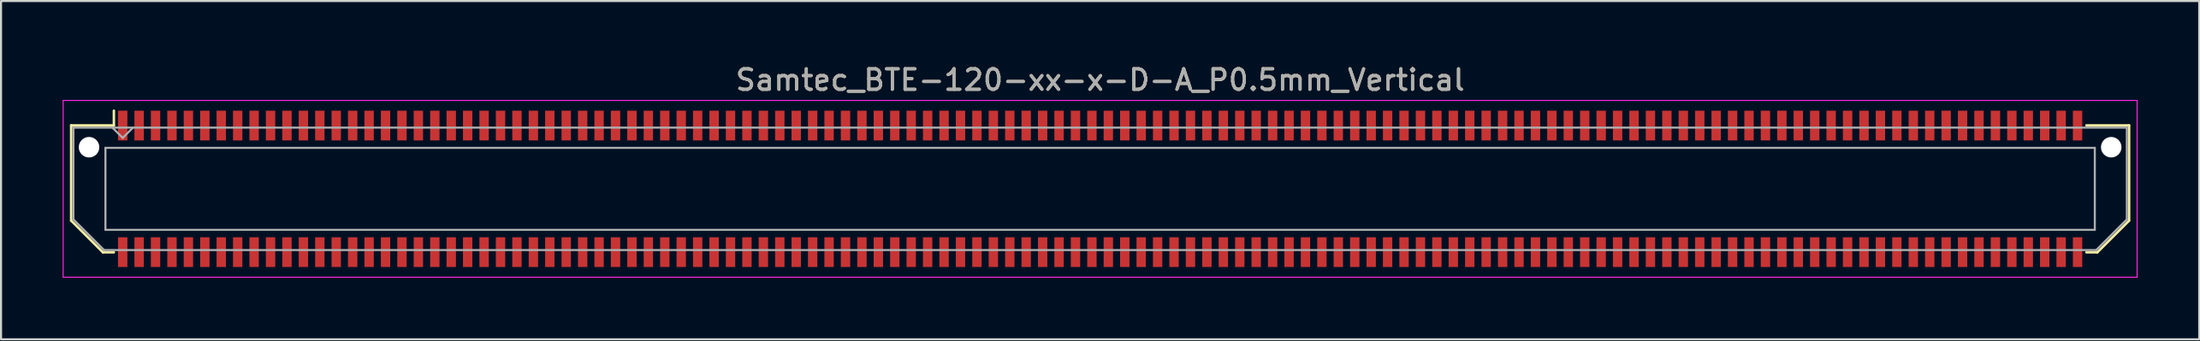
<source format=kicad_pcb>
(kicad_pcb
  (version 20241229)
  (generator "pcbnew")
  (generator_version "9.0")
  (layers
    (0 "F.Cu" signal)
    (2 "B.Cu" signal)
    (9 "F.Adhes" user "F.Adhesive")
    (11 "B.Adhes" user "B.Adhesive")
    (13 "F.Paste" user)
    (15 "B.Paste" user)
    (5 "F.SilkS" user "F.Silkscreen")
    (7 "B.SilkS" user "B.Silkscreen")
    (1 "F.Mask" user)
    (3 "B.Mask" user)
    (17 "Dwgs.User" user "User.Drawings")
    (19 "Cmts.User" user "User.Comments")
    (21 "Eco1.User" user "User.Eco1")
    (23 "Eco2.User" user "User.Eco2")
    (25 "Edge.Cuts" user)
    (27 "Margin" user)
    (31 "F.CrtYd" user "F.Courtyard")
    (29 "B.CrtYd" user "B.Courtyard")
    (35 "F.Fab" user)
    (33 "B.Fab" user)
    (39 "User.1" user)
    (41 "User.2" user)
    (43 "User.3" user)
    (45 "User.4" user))
  (footprint "Samtec_BTE-120-xx-x-D-A_P0.5mm_Vertical"
    (layer "F.Cu")
    (at 50.525 6.158)
    (property "Reference" "Samtec_BTE-120-xx-x-D-A_P0.5mm_Vertical" (at 0 -5.31 0) (layer "F.SilkS") (effects (font (size 1 1) (thickness 0.15))))
    (attr smd)
    (fp_line (start -50.11 -3.095) (end -50.11 1.548) (stroke (width 0.12) (type solid)) (layer "F.SilkS"))
    (fp_line (start -50.11 1.548) (end -48.562 3.095) (stroke (width 0.12) (type solid)) (layer "F.SilkS"))
    (fp_line (start -48.562 3.095) (end -48.029 3.095) (stroke (width 0.12) (type solid)) (layer "F.SilkS"))
    (fp_line (start -48.029 -3.811) (end -48.029 -3.095) (stroke (width 0.12) (type solid)) (layer "F.SilkS"))
    (fp_line (start -48.029 -3.095) (end -50.11 -3.095) (stroke (width 0.12) (type solid)) (layer "F.SilkS"))
    (fp_line (start 48.029 -3.095) (end 50.11 -3.095) (stroke (width 0.12) (type solid)) (layer "F.SilkS"))
    (fp_line (start 48.562 3.095) (end 48.029 3.095) (stroke (width 0.12) (type solid)) (layer "F.SilkS"))
    (fp_line (start 50.11 -3.095) (end 50.11 1.548) (stroke (width 0.12) (type solid)) (layer "F.SilkS"))
    (fp_line (start 50.11 1.548) (end 48.562 3.095) (stroke (width 0.12) (type solid)) (layer "F.SilkS"))
    (fp_line (start -50.5 -4.31) (end -50.5 4.31) (stroke (width 0.05) (type solid)) (layer "F.CrtYd"))
    (fp_line (start -50.5 4.31) (end 50.5 4.31) (stroke (width 0.05) (type solid)) (layer "F.CrtYd"))
    (fp_line (start 50.5 -4.31) (end -50.5 -4.31) (stroke (width 0.05) (type solid)) (layer "F.CrtYd"))
    (fp_line (start 50.5 4.31) (end 50.5 -4.31) (stroke (width 0.05) (type solid)) (layer "F.CrtYd"))
    (fp_line (start -50 -2.985) (end -50 1.492) (stroke (width 0.1) (type solid)) (layer "F.Fab"))
    (fp_line (start -50 -2.985) (end 50 -2.985) (stroke (width 0.1) (type solid)) (layer "F.Fab"))
    (fp_line (start -50 1.492) (end -48.508 2.985) (stroke (width 0.1) (type solid)) (layer "F.Fab"))
    (fp_line (start -48.508 2.985) (end 48.508 2.985) (stroke (width 0.1) (type solid)) (layer "F.Fab"))
    (fp_line (start -48.44 -2) (end -48.44 2) (stroke (width 0.1) (type solid)) (layer "F.Fab"))
    (fp_line (start -48.44 2) (end 48.44 2) (stroke (width 0.1) (type solid)) (layer "F.Fab"))
    (fp_line (start -47.6 -2.485) (end -48.1 -2.985) (stroke (width 0.1) (type solid)) (layer "F.Fab"))
    (fp_line (start -47.1 -2.985) (end -47.6 -2.485) (stroke (width 0.1) (type solid)) (layer "F.Fab"))
    (fp_line (start 48.44 -2) (end -48.44 -2) (stroke (width 0.1) (type solid)) (layer "F.Fab"))
    (fp_line (start 48.44 2) (end 48.44 -2) (stroke (width 0.1) (type solid)) (layer "F.Fab"))
    (fp_line (start 50 -2.985) (end 50 1.492) (stroke (width 0.1) (type solid)) (layer "F.Fab"))
    (fp_line (start 50 1.492) (end 48.508 2.985) (stroke (width 0.1) (type solid)) (layer "F.Fab"))
    (fp_text user "${REFERENCE}" (at 0 -5.31 0) (layer "F.Fab") (effects (font (size 1 1) (thickness 0.15))))
    (pad "" np_thru_hole circle (at -49.239 -2.03) (size 1 1) (drill 1) (layers "*.Cu" "*.Mask"))
    (pad "" np_thru_hole circle (at 49.239 -2.03) (size 1 1) (drill 1) (layers "*.Cu" "*.Mask"))
    (pad "1" smd rect (at -47.6 -3.086) (size 0.457 1.45) (layers "F.Cu" "F.Mask" "F.Paste"))
    (pad "2" smd rect (at -47.6 3.086) (size 0.457 1.45) (layers "F.Cu" "F.Mask" "F.Paste"))
    (pad "3" smd rect (at -46.8 -3.086) (size 0.457 1.45) (layers "F.Cu" "F.Mask" "F.Paste"))
    (pad "4" smd rect (at -46.8 3.086) (size 0.457 1.45) (layers "F.Cu" "F.Mask" "F.Paste"))
    (pad "5" smd rect (at -46 -3.086) (size 0.457 1.45) (layers "F.Cu" "F.Mask" "F.Paste"))
    (pad "6" smd rect (at -46 3.086) (size 0.457 1.45) (layers "F.Cu" "F.Mask" "F.Paste"))
    (pad "7" smd rect (at -45.2 -3.086) (size 0.457 1.45) (layers "F.Cu" "F.Mask" "F.Paste"))
    (pad "8" smd rect (at -45.2 3.086) (size 0.457 1.45) (layers "F.Cu" "F.Mask" "F.Paste"))
    (pad "9" smd rect (at -44.4 -3.086) (size 0.457 1.45) (layers "F.Cu" "F.Mask" "F.Paste"))
    (pad "10" smd rect (at -44.4 3.086) (size 0.457 1.45) (layers "F.Cu" "F.Mask" "F.Paste"))
    (pad "11" smd rect (at -43.6 -3.086) (size 0.457 1.45) (layers "F.Cu" "F.Mask" "F.Paste"))
    (pad "12" smd rect (at -43.6 3.086) (size 0.457 1.45) (layers "F.Cu" "F.Mask" "F.Paste"))
    (pad "13" smd rect (at -42.8 -3.086) (size 0.457 1.45) (layers "F.Cu" "F.Mask" "F.Paste"))
    (pad "14" smd rect (at -42.8 3.086) (size 0.457 1.45) (layers "F.Cu" "F.Mask" "F.Paste"))
    (pad "15" smd rect (at -42 -3.086) (size 0.457 1.45) (layers "F.Cu" "F.Mask" "F.Paste"))
    (pad "16" smd rect (at -42 3.086) (size 0.457 1.45) (layers "F.Cu" "F.Mask" "F.Paste"))
    (pad "17" smd rect (at -41.2 -3.086) (size 0.457 1.45) (layers "F.Cu" "F.Mask" "F.Paste"))
    (pad "18" smd rect (at -41.2 3.086) (size 0.457 1.45) (layers "F.Cu" "F.Mask" "F.Paste"))
    (pad "19" smd rect (at -40.4 -3.086) (size 0.457 1.45) (layers "F.Cu" "F.Mask" "F.Paste"))
    (pad "20" smd rect (at -40.4 3.086) (size 0.457 1.45) (layers "F.Cu" "F.Mask" "F.Paste"))
    (pad "21" smd rect (at -39.6 -3.086) (size 0.457 1.45) (layers "F.Cu" "F.Mask" "F.Paste"))
    (pad "22" smd rect (at -39.6 3.086) (size 0.457 1.45) (layers "F.Cu" "F.Mask" "F.Paste"))
    (pad "23" smd rect (at -38.8 -3.086) (size 0.457 1.45) (layers "F.Cu" "F.Mask" "F.Paste"))
    (pad "24" smd rect (at -38.8 3.086) (size 0.457 1.45) (layers "F.Cu" "F.Mask" "F.Paste"))
    (pad "25" smd rect (at -38 -3.086) (size 0.457 1.45) (layers "F.Cu" "F.Mask" "F.Paste"))
    (pad "26" smd rect (at -38 3.086) (size 0.457 1.45) (layers "F.Cu" "F.Mask" "F.Paste"))
    (pad "27" smd rect (at -37.2 -3.086) (size 0.457 1.45) (layers "F.Cu" "F.Mask" "F.Paste"))
    (pad "28" smd rect (at -37.2 3.086) (size 0.457 1.45) (layers "F.Cu" "F.Mask" "F.Paste"))
    (pad "29" smd rect (at -36.4 -3.086) (size 0.457 1.45) (layers "F.Cu" "F.Mask" "F.Paste"))
    (pad "30" smd rect (at -36.4 3.086) (size 0.457 1.45) (layers "F.Cu" "F.Mask" "F.Paste"))
    (pad "31" smd rect (at -35.6 -3.086) (size 0.457 1.45) (layers "F.Cu" "F.Mask" "F.Paste"))
    (pad "32" smd rect (at -35.6 3.086) (size 0.457 1.45) (layers "F.Cu" "F.Mask" "F.Paste"))
    (pad "33" smd rect (at -34.8 -3.086) (size 0.457 1.45) (layers "F.Cu" "F.Mask" "F.Paste"))
    (pad "34" smd rect (at -34.8 3.086) (size 0.457 1.45) (layers "F.Cu" "F.Mask" "F.Paste"))
    (pad "35" smd rect (at -34 -3.086) (size 0.457 1.45) (layers "F.Cu" "F.Mask" "F.Paste"))
    (pad "36" smd rect (at -34 3.086) (size 0.457 1.45) (layers "F.Cu" "F.Mask" "F.Paste"))
    (pad "37" smd rect (at -33.2 -3.086) (size 0.457 1.45) (layers "F.Cu" "F.Mask" "F.Paste"))
    (pad "38" smd rect (at -33.2 3.086) (size 0.457 1.45) (layers "F.Cu" "F.Mask" "F.Paste"))
    (pad "39" smd rect (at -32.4 -3.086) (size 0.457 1.45) (layers "F.Cu" "F.Mask" "F.Paste"))
    (pad "40" smd rect (at -32.4 3.086) (size 0.457 1.45) (layers "F.Cu" "F.Mask" "F.Paste"))
    (pad "41" smd rect (at -31.6 -3.086) (size 0.457 1.45) (layers "F.Cu" "F.Mask" "F.Paste"))
    (pad "42" smd rect (at -31.6 3.086) (size 0.457 1.45) (layers "F.Cu" "F.Mask" "F.Paste"))
    (pad "43" smd rect (at -30.8 -3.086) (size 0.457 1.45) (layers "F.Cu" "F.Mask" "F.Paste"))
    (pad "44" smd rect (at -30.8 3.086) (size 0.457 1.45) (layers "F.Cu" "F.Mask" "F.Paste"))
    (pad "45" smd rect (at -30 -3.086) (size 0.457 1.45) (layers "F.Cu" "F.Mask" "F.Paste"))
    (pad "46" smd rect (at -30 3.086) (size 0.457 1.45) (layers "F.Cu" "F.Mask" "F.Paste"))
    (pad "47" smd rect (at -29.2 -3.086) (size 0.457 1.45) (layers "F.Cu" "F.Mask" "F.Paste"))
    (pad "48" smd rect (at -29.2 3.086) (size 0.457 1.45) (layers "F.Cu" "F.Mask" "F.Paste"))
    (pad "49" smd rect (at -28.4 -3.086) (size 0.457 1.45) (layers "F.Cu" "F.Mask" "F.Paste"))
    (pad "50" smd rect (at -28.4 3.086) (size 0.457 1.45) (layers "F.Cu" "F.Mask" "F.Paste"))
    (pad "51" smd rect (at -27.6 -3.086) (size 0.457 1.45) (layers "F.Cu" "F.Mask" "F.Paste"))
    (pad "52" smd rect (at -27.6 3.086) (size 0.457 1.45) (layers "F.Cu" "F.Mask" "F.Paste"))
    (pad "53" smd rect (at -26.8 -3.086) (size 0.457 1.45) (layers "F.Cu" "F.Mask" "F.Paste"))
    (pad "54" smd rect (at -26.8 3.086) (size 0.457 1.45) (layers "F.Cu" "F.Mask" "F.Paste"))
    (pad "55" smd rect (at -26 -3.086) (size 0.457 1.45) (layers "F.Cu" "F.Mask" "F.Paste"))
    (pad "56" smd rect (at -26 3.086) (size 0.457 1.45) (layers "F.Cu" "F.Mask" "F.Paste"))
    (pad "57" smd rect (at -25.2 -3.086) (size 0.457 1.45) (layers "F.Cu" "F.Mask" "F.Paste"))
    (pad "58" smd rect (at -25.2 3.086) (size 0.457 1.45) (layers "F.Cu" "F.Mask" "F.Paste"))
    (pad "59" smd rect (at -24.4 -3.086) (size 0.457 1.45) (layers "F.Cu" "F.Mask" "F.Paste"))
    (pad "60" smd rect (at -24.4 3.086) (size 0.457 1.45) (layers "F.Cu" "F.Mask" "F.Paste"))
    (pad "61" smd rect (at -23.6 -3.086) (size 0.457 1.45) (layers "F.Cu" "F.Mask" "F.Paste"))
    (pad "62" smd rect (at -23.6 3.086) (size 0.457 1.45) (layers "F.Cu" "F.Mask" "F.Paste"))
    (pad "63" smd rect (at -22.8 -3.086) (size 0.457 1.45) (layers "F.Cu" "F.Mask" "F.Paste"))
    (pad "64" smd rect (at -22.8 3.086) (size 0.457 1.45) (layers "F.Cu" "F.Mask" "F.Paste"))
    (pad "65" smd rect (at -22 -3.086) (size 0.457 1.45) (layers "F.Cu" "F.Mask" "F.Paste"))
    (pad "66" smd rect (at -22 3.086) (size 0.457 1.45) (layers "F.Cu" "F.Mask" "F.Paste"))
    (pad "67" smd rect (at -21.2 -3.086) (size 0.457 1.45) (layers "F.Cu" "F.Mask" "F.Paste"))
    (pad "68" smd rect (at -21.2 3.086) (size 0.457 1.45) (layers "F.Cu" "F.Mask" "F.Paste"))
    (pad "69" smd rect (at -20.4 -3.086) (size 0.457 1.45) (layers "F.Cu" "F.Mask" "F.Paste"))
    (pad "70" smd rect (at -20.4 3.086) (size 0.457 1.45) (layers "F.Cu" "F.Mask" "F.Paste"))
    (pad "71" smd rect (at -19.6 -3.086) (size 0.457 1.45) (layers "F.Cu" "F.Mask" "F.Paste"))
    (pad "72" smd rect (at -19.6 3.086) (size 0.457 1.45) (layers "F.Cu" "F.Mask" "F.Paste"))
    (pad "73" smd rect (at -18.8 -3.086) (size 0.457 1.45) (layers "F.Cu" "F.Mask" "F.Paste"))
    (pad "74" smd rect (at -18.8 3.086) (size 0.457 1.45) (layers "F.Cu" "F.Mask" "F.Paste"))
    (pad "75" smd rect (at -18 -3.086) (size 0.457 1.45) (layers "F.Cu" "F.Mask" "F.Paste"))
    (pad "76" smd rect (at -18 3.086) (size 0.457 1.45) (layers "F.Cu" "F.Mask" "F.Paste"))
    (pad "77" smd rect (at -17.2 -3.086) (size 0.457 1.45) (layers "F.Cu" "F.Mask" "F.Paste"))
    (pad "78" smd rect (at -17.2 3.086) (size 0.457 1.45) (layers "F.Cu" "F.Mask" "F.Paste"))
    (pad "79" smd rect (at -16.4 -3.086) (size 0.457 1.45) (layers "F.Cu" "F.Mask" "F.Paste"))
    (pad "80" smd rect (at -16.4 3.086) (size 0.457 1.45) (layers "F.Cu" "F.Mask" "F.Paste"))
    (pad "81" smd rect (at -15.6 -3.086) (size 0.457 1.45) (layers "F.Cu" "F.Mask" "F.Paste"))
    (pad "82" smd rect (at -15.6 3.086) (size 0.457 1.45) (layers "F.Cu" "F.Mask" "F.Paste"))
    (pad "83" smd rect (at -14.8 -3.086) (size 0.457 1.45) (layers "F.Cu" "F.Mask" "F.Paste"))
    (pad "84" smd rect (at -14.8 3.086) (size 0.457 1.45) (layers "F.Cu" "F.Mask" "F.Paste"))
    (pad "85" smd rect (at -14 -3.086) (size 0.457 1.45) (layers "F.Cu" "F.Mask" "F.Paste"))
    (pad "86" smd rect (at -14 3.086) (size 0.457 1.45) (layers "F.Cu" "F.Mask" "F.Paste"))
    (pad "87" smd rect (at -13.2 -3.086) (size 0.457 1.45) (layers "F.Cu" "F.Mask" "F.Paste"))
    (pad "88" smd rect (at -13.2 3.086) (size 0.457 1.45) (layers "F.Cu" "F.Mask" "F.Paste"))
    (pad "89" smd rect (at -12.4 -3.086) (size 0.457 1.45) (layers "F.Cu" "F.Mask" "F.Paste"))
    (pad "90" smd rect (at -12.4 3.086) (size 0.457 1.45) (layers "F.Cu" "F.Mask" "F.Paste"))
    (pad "91" smd rect (at -11.6 -3.086) (size 0.457 1.45) (layers "F.Cu" "F.Mask" "F.Paste"))
    (pad "92" smd rect (at -11.6 3.086) (size 0.457 1.45) (layers "F.Cu" "F.Mask" "F.Paste"))
    (pad "93" smd rect (at -10.8 -3.086) (size 0.457 1.45) (layers "F.Cu" "F.Mask" "F.Paste"))
    (pad "94" smd rect (at -10.8 3.086) (size 0.457 1.45) (layers "F.Cu" "F.Mask" "F.Paste"))
    (pad "95" smd rect (at -10 -3.086) (size 0.457 1.45) (layers "F.Cu" "F.Mask" "F.Paste"))
    (pad "96" smd rect (at -10 3.086) (size 0.457 1.45) (layers "F.Cu" "F.Mask" "F.Paste"))
    (pad "97" smd rect (at -9.2 -3.086) (size 0.457 1.45) (layers "F.Cu" "F.Mask" "F.Paste"))
    (pad "98" smd rect (at -9.2 3.086) (size 0.457 1.45) (layers "F.Cu" "F.Mask" "F.Paste"))
    (pad "99" smd rect (at -8.4 -3.086) (size 0.457 1.45) (layers "F.Cu" "F.Mask" "F.Paste"))
    (pad "100" smd rect (at -8.4 3.086) (size 0.457 1.45) (layers "F.Cu" "F.Mask" "F.Paste"))
    (pad "101" smd rect (at -7.6 -3.086) (size 0.457 1.45) (layers "F.Cu" "F.Mask" "F.Paste"))
    (pad "102" smd rect (at -7.6 3.086) (size 0.457 1.45) (layers "F.Cu" "F.Mask" "F.Paste"))
    (pad "103" smd rect (at -6.8 -3.086) (size 0.457 1.45) (layers "F.Cu" "F.Mask" "F.Paste"))
    (pad "104" smd rect (at -6.8 3.086) (size 0.457 1.45) (layers "F.Cu" "F.Mask" "F.Paste"))
    (pad "105" smd rect (at -6 -3.086) (size 0.457 1.45) (layers "F.Cu" "F.Mask" "F.Paste"))
    (pad "106" smd rect (at -6 3.086) (size 0.457 1.45) (layers "F.Cu" "F.Mask" "F.Paste"))
    (pad "107" smd rect (at -5.2 -3.086) (size 0.457 1.45) (layers "F.Cu" "F.Mask" "F.Paste"))
    (pad "108" smd rect (at -5.2 3.086) (size 0.457 1.45) (layers "F.Cu" "F.Mask" "F.Paste"))
    (pad "109" smd rect (at -4.4 -3.086) (size 0.457 1.45) (layers "F.Cu" "F.Mask" "F.Paste"))
    (pad "110" smd rect (at -4.4 3.086) (size 0.457 1.45) (layers "F.Cu" "F.Mask" "F.Paste"))
    (pad "111" smd rect (at -3.6 -3.086) (size 0.457 1.45) (layers "F.Cu" "F.Mask" "F.Paste"))
    (pad "112" smd rect (at -3.6 3.086) (size 0.457 1.45) (layers "F.Cu" "F.Mask" "F.Paste"))
    (pad "113" smd rect (at -2.8 -3.086) (size 0.457 1.45) (layers "F.Cu" "F.Mask" "F.Paste"))
    (pad "114" smd rect (at -2.8 3.086) (size 0.457 1.45) (layers "F.Cu" "F.Mask" "F.Paste"))
    (pad "115" smd rect (at -2 -3.086) (size 0.457 1.45) (layers "F.Cu" "F.Mask" "F.Paste"))
    (pad "116" smd rect (at -2 3.086) (size 0.457 1.45) (layers "F.Cu" "F.Mask" "F.Paste"))
    (pad "117" smd rect (at -1.2 -3.086) (size 0.457 1.45) (layers "F.Cu" "F.Mask" "F.Paste"))
    (pad "118" smd rect (at -1.2 3.086) (size 0.457 1.45) (layers "F.Cu" "F.Mask" "F.Paste"))
    (pad "119" smd rect (at -0.4 -3.086) (size 0.457 1.45) (layers "F.Cu" "F.Mask" "F.Paste"))
    (pad "120" smd rect (at -0.4 3.086) (size 0.457 1.45) (layers "F.Cu" "F.Mask" "F.Paste"))
    (pad "121" smd rect (at 0.4 -3.086) (size 0.457 1.45) (layers "F.Cu" "F.Mask" "F.Paste"))
    (pad "122" smd rect (at 0.4 3.086) (size 0.457 1.45) (layers "F.Cu" "F.Mask" "F.Paste"))
    (pad "123" smd rect (at 1.2 -3.086) (size 0.457 1.45) (layers "F.Cu" "F.Mask" "F.Paste"))
    (pad "124" smd rect (at 1.2 3.086) (size 0.457 1.45) (layers "F.Cu" "F.Mask" "F.Paste"))
    (pad "125" smd rect (at 2 -3.086) (size 0.457 1.45) (layers "F.Cu" "F.Mask" "F.Paste"))
    (pad "126" smd rect (at 2 3.086) (size 0.457 1.45) (layers "F.Cu" "F.Mask" "F.Paste"))
    (pad "127" smd rect (at 2.8 -3.086) (size 0.457 1.45) (layers "F.Cu" "F.Mask" "F.Paste"))
    (pad "128" smd rect (at 2.8 3.086) (size 0.457 1.45) (layers "F.Cu" "F.Mask" "F.Paste"))
    (pad "129" smd rect (at 3.6 -3.086) (size 0.457 1.45) (layers "F.Cu" "F.Mask" "F.Paste"))
    (pad "130" smd rect (at 3.6 3.086) (size 0.457 1.45) (layers "F.Cu" "F.Mask" "F.Paste"))
    (pad "131" smd rect (at 4.4 -3.086) (size 0.457 1.45) (layers "F.Cu" "F.Mask" "F.Paste"))
    (pad "132" smd rect (at 4.4 3.086) (size 0.457 1.45) (layers "F.Cu" "F.Mask" "F.Paste"))
    (pad "133" smd rect (at 5.2 -3.086) (size 0.457 1.45) (layers "F.Cu" "F.Mask" "F.Paste"))
    (pad "134" smd rect (at 5.2 3.086) (size 0.457 1.45) (layers "F.Cu" "F.Mask" "F.Paste"))
    (pad "135" smd rect (at 6 -3.086) (size 0.457 1.45) (layers "F.Cu" "F.Mask" "F.Paste"))
    (pad "136" smd rect (at 6 3.086) (size 0.457 1.45) (layers "F.Cu" "F.Mask" "F.Paste"))
    (pad "137" smd rect (at 6.8 -3.086) (size 0.457 1.45) (layers "F.Cu" "F.Mask" "F.Paste"))
    (pad "138" smd rect (at 6.8 3.086) (size 0.457 1.45) (layers "F.Cu" "F.Mask" "F.Paste"))
    (pad "139" smd rect (at 7.6 -3.086) (size 0.457 1.45) (layers "F.Cu" "F.Mask" "F.Paste"))
    (pad "140" smd rect (at 7.6 3.086) (size 0.457 1.45) (layers "F.Cu" "F.Mask" "F.Paste"))
    (pad "141" smd rect (at 8.4 -3.086) (size 0.457 1.45) (layers "F.Cu" "F.Mask" "F.Paste"))
    (pad "142" smd rect (at 8.4 3.086) (size 0.457 1.45) (layers "F.Cu" "F.Mask" "F.Paste"))
    (pad "143" smd rect (at 9.2 -3.086) (size 0.457 1.45) (layers "F.Cu" "F.Mask" "F.Paste"))
    (pad "144" smd rect (at 9.2 3.086) (size 0.457 1.45) (layers "F.Cu" "F.Mask" "F.Paste"))
    (pad "145" smd rect (at 10 -3.086) (size 0.457 1.45) (layers "F.Cu" "F.Mask" "F.Paste"))
    (pad "146" smd rect (at 10 3.086) (size 0.457 1.45) (layers "F.Cu" "F.Mask" "F.Paste"))
    (pad "147" smd rect (at 10.8 -3.086) (size 0.457 1.45) (layers "F.Cu" "F.Mask" "F.Paste"))
    (pad "148" smd rect (at 10.8 3.086) (size 0.457 1.45) (layers "F.Cu" "F.Mask" "F.Paste"))
    (pad "149" smd rect (at 11.6 -3.086) (size 0.457 1.45) (layers "F.Cu" "F.Mask" "F.Paste"))
    (pad "150" smd rect (at 11.6 3.086) (size 0.457 1.45) (layers "F.Cu" "F.Mask" "F.Paste"))
    (pad "151" smd rect (at 12.4 -3.086) (size 0.457 1.45) (layers "F.Cu" "F.Mask" "F.Paste"))
    (pad "152" smd rect (at 12.4 3.086) (size 0.457 1.45) (layers "F.Cu" "F.Mask" "F.Paste"))
    (pad "153" smd rect (at 13.2 -3.086) (size 0.457 1.45) (layers "F.Cu" "F.Mask" "F.Paste"))
    (pad "154" smd rect (at 13.2 3.086) (size 0.457 1.45) (layers "F.Cu" "F.Mask" "F.Paste"))
    (pad "155" smd rect (at 14 -3.086) (size 0.457 1.45) (layers "F.Cu" "F.Mask" "F.Paste"))
    (pad "156" smd rect (at 14 3.086) (size 0.457 1.45) (layers "F.Cu" "F.Mask" "F.Paste"))
    (pad "157" smd rect (at 14.8 -3.086) (size 0.457 1.45) (layers "F.Cu" "F.Mask" "F.Paste"))
    (pad "158" smd rect (at 14.8 3.086) (size 0.457 1.45) (layers "F.Cu" "F.Mask" "F.Paste"))
    (pad "159" smd rect (at 15.6 -3.086) (size 0.457 1.45) (layers "F.Cu" "F.Mask" "F.Paste"))
    (pad "160" smd rect (at 15.6 3.086) (size 0.457 1.45) (layers "F.Cu" "F.Mask" "F.Paste"))
    (pad "161" smd rect (at 16.4 -3.086) (size 0.457 1.45) (layers "F.Cu" "F.Mask" "F.Paste"))
    (pad "162" smd rect (at 16.4 3.086) (size 0.457 1.45) (layers "F.Cu" "F.Mask" "F.Paste"))
    (pad "163" smd rect (at 17.2 -3.086) (size 0.457 1.45) (layers "F.Cu" "F.Mask" "F.Paste"))
    (pad "164" smd rect (at 17.2 3.086) (size 0.457 1.45) (layers "F.Cu" "F.Mask" "F.Paste"))
    (pad "165" smd rect (at 18 -3.086) (size 0.457 1.45) (layers "F.Cu" "F.Mask" "F.Paste"))
    (pad "166" smd rect (at 18 3.086) (size 0.457 1.45) (layers "F.Cu" "F.Mask" "F.Paste"))
    (pad "167" smd rect (at 18.8 -3.086) (size 0.457 1.45) (layers "F.Cu" "F.Mask" "F.Paste"))
    (pad "168" smd rect (at 18.8 3.086) (size 0.457 1.45) (layers "F.Cu" "F.Mask" "F.Paste"))
    (pad "169" smd rect (at 19.6 -3.086) (size 0.457 1.45) (layers "F.Cu" "F.Mask" "F.Paste"))
    (pad "170" smd rect (at 19.6 3.086) (size 0.457 1.45) (layers "F.Cu" "F.Mask" "F.Paste"))
    (pad "171" smd rect (at 20.4 -3.086) (size 0.457 1.45) (layers "F.Cu" "F.Mask" "F.Paste"))
    (pad "172" smd rect (at 20.4 3.086) (size 0.457 1.45) (layers "F.Cu" "F.Mask" "F.Paste"))
    (pad "173" smd rect (at 21.2 -3.086) (size 0.457 1.45) (layers "F.Cu" "F.Mask" "F.Paste"))
    (pad "174" smd rect (at 21.2 3.086) (size 0.457 1.45) (layers "F.Cu" "F.Mask" "F.Paste"))
    (pad "175" smd rect (at 22 -3.086) (size 0.457 1.45) (layers "F.Cu" "F.Mask" "F.Paste"))
    (pad "176" smd rect (at 22 3.086) (size 0.457 1.45) (layers "F.Cu" "F.Mask" "F.Paste"))
    (pad "177" smd rect (at 22.8 -3.086) (size 0.457 1.45) (layers "F.Cu" "F.Mask" "F.Paste"))
    (pad "178" smd rect (at 22.8 3.086) (size 0.457 1.45) (layers "F.Cu" "F.Mask" "F.Paste"))
    (pad "179" smd rect (at 23.6 -3.086) (size 0.457 1.45) (layers "F.Cu" "F.Mask" "F.Paste"))
    (pad "180" smd rect (at 23.6 3.086) (size 0.457 1.45) (layers "F.Cu" "F.Mask" "F.Paste"))
    (pad "181" smd rect (at 24.4 -3.086) (size 0.457 1.45) (layers "F.Cu" "F.Mask" "F.Paste"))
    (pad "182" smd rect (at 24.4 3.086) (size 0.457 1.45) (layers "F.Cu" "F.Mask" "F.Paste"))
    (pad "183" smd rect (at 25.2 -3.086) (size 0.457 1.45) (layers "F.Cu" "F.Mask" "F.Paste"))
    (pad "184" smd rect (at 25.2 3.086) (size 0.457 1.45) (layers "F.Cu" "F.Mask" "F.Paste"))
    (pad "185" smd rect (at 26 -3.086) (size 0.457 1.45) (layers "F.Cu" "F.Mask" "F.Paste"))
    (pad "186" smd rect (at 26 3.086) (size 0.457 1.45) (layers "F.Cu" "F.Mask" "F.Paste"))
    (pad "187" smd rect (at 26.8 -3.086) (size 0.457 1.45) (layers "F.Cu" "F.Mask" "F.Paste"))
    (pad "188" smd rect (at 26.8 3.086) (size 0.457 1.45) (layers "F.Cu" "F.Mask" "F.Paste"))
    (pad "189" smd rect (at 27.6 -3.086) (size 0.457 1.45) (layers "F.Cu" "F.Mask" "F.Paste"))
    (pad "190" smd rect (at 27.6 3.086) (size 0.457 1.45) (layers "F.Cu" "F.Mask" "F.Paste"))
    (pad "191" smd rect (at 28.4 -3.086) (size 0.457 1.45) (layers "F.Cu" "F.Mask" "F.Paste"))
    (pad "192" smd rect (at 28.4 3.086) (size 0.457 1.45) (layers "F.Cu" "F.Mask" "F.Paste"))
    (pad "193" smd rect (at 29.2 -3.086) (size 0.457 1.45) (layers "F.Cu" "F.Mask" "F.Paste"))
    (pad "194" smd rect (at 29.2 3.086) (size 0.457 1.45) (layers "F.Cu" "F.Mask" "F.Paste"))
    (pad "195" smd rect (at 30 -3.086) (size 0.457 1.45) (layers "F.Cu" "F.Mask" "F.Paste"))
    (pad "196" smd rect (at 30 3.086) (size 0.457 1.45) (layers "F.Cu" "F.Mask" "F.Paste"))
    (pad "197" smd rect (at 30.8 -3.086) (size 0.457 1.45) (layers "F.Cu" "F.Mask" "F.Paste"))
    (pad "198" smd rect (at 30.8 3.086) (size 0.457 1.45) (layers "F.Cu" "F.Mask" "F.Paste"))
    (pad "199" smd rect (at 31.6 -3.086) (size 0.457 1.45) (layers "F.Cu" "F.Mask" "F.Paste"))
    (pad "200" smd rect (at 31.6 3.086) (size 0.457 1.45) (layers "F.Cu" "F.Mask" "F.Paste"))
    (pad "201" smd rect (at 32.4 -3.086) (size 0.457 1.45) (layers "F.Cu" "F.Mask" "F.Paste"))
    (pad "202" smd rect (at 32.4 3.086) (size 0.457 1.45) (layers "F.Cu" "F.Mask" "F.Paste"))
    (pad "203" smd rect (at 33.2 -3.086) (size 0.457 1.45) (layers "F.Cu" "F.Mask" "F.Paste"))
    (pad "204" smd rect (at 33.2 3.086) (size 0.457 1.45) (layers "F.Cu" "F.Mask" "F.Paste"))
    (pad "205" smd rect (at 34 -3.086) (size 0.457 1.45) (layers "F.Cu" "F.Mask" "F.Paste"))
    (pad "206" smd rect (at 34 3.086) (size 0.457 1.45) (layers "F.Cu" "F.Mask" "F.Paste"))
    (pad "207" smd rect (at 34.8 -3.086) (size 0.457 1.45) (layers "F.Cu" "F.Mask" "F.Paste"))
    (pad "208" smd rect (at 34.8 3.086) (size 0.457 1.45) (layers "F.Cu" "F.Mask" "F.Paste"))
    (pad "209" smd rect (at 35.6 -3.086) (size 0.457 1.45) (layers "F.Cu" "F.Mask" "F.Paste"))
    (pad "210" smd rect (at 35.6 3.086) (size 0.457 1.45) (layers "F.Cu" "F.Mask" "F.Paste"))
    (pad "211" smd rect (at 36.4 -3.086) (size 0.457 1.45) (layers "F.Cu" "F.Mask" "F.Paste"))
    (pad "212" smd rect (at 36.4 3.086) (size 0.457 1.45) (layers "F.Cu" "F.Mask" "F.Paste"))
    (pad "213" smd rect (at 37.2 -3.086) (size 0.457 1.45) (layers "F.Cu" "F.Mask" "F.Paste"))
    (pad "214" smd rect (at 37.2 3.086) (size 0.457 1.45) (layers "F.Cu" "F.Mask" "F.Paste"))
    (pad "215" smd rect (at 38 -3.086) (size 0.457 1.45) (layers "F.Cu" "F.Mask" "F.Paste"))
    (pad "216" smd rect (at 38 3.086) (size 0.457 1.45) (layers "F.Cu" "F.Mask" "F.Paste"))
    (pad "217" smd rect (at 38.8 -3.086) (size 0.457 1.45) (layers "F.Cu" "F.Mask" "F.Paste"))
    (pad "218" smd rect (at 38.8 3.086) (size 0.457 1.45) (layers "F.Cu" "F.Mask" "F.Paste"))
    (pad "219" smd rect (at 39.6 -3.086) (size 0.457 1.45) (layers "F.Cu" "F.Mask" "F.Paste"))
    (pad "220" smd rect (at 39.6 3.086) (size 0.457 1.45) (layers "F.Cu" "F.Mask" "F.Paste"))
    (pad "221" smd rect (at 40.4 -3.086) (size 0.457 1.45) (layers "F.Cu" "F.Mask" "F.Paste"))
    (pad "222" smd rect (at 40.4 3.086) (size 0.457 1.45) (layers "F.Cu" "F.Mask" "F.Paste"))
    (pad "223" smd rect (at 41.2 -3.086) (size 0.457 1.45) (layers "F.Cu" "F.Mask" "F.Paste"))
    (pad "224" smd rect (at 41.2 3.086) (size 0.457 1.45) (layers "F.Cu" "F.Mask" "F.Paste"))
    (pad "225" smd rect (at 42 -3.086) (size 0.457 1.45) (layers "F.Cu" "F.Mask" "F.Paste"))
    (pad "226" smd rect (at 42 3.086) (size 0.457 1.45) (layers "F.Cu" "F.Mask" "F.Paste"))
    (pad "227" smd rect (at 42.8 -3.086) (size 0.457 1.45) (layers "F.Cu" "F.Mask" "F.Paste"))
    (pad "228" smd rect (at 42.8 3.086) (size 0.457 1.45) (layers "F.Cu" "F.Mask" "F.Paste"))
    (pad "229" smd rect (at 43.6 -3.086) (size 0.457 1.45) (layers "F.Cu" "F.Mask" "F.Paste"))
    (pad "230" smd rect (at 43.6 3.086) (size 0.457 1.45) (layers "F.Cu" "F.Mask" "F.Paste"))
    (pad "231" smd rect (at 44.4 -3.086) (size 0.457 1.45) (layers "F.Cu" "F.Mask" "F.Paste"))
    (pad "232" smd rect (at 44.4 3.086) (size 0.457 1.45) (layers "F.Cu" "F.Mask" "F.Paste"))
    (pad "233" smd rect (at 45.2 -3.086) (size 0.457 1.45) (layers "F.Cu" "F.Mask" "F.Paste"))
    (pad "234" smd rect (at 45.2 3.086) (size 0.457 1.45) (layers "F.Cu" "F.Mask" "F.Paste"))
    (pad "235" smd rect (at 46 -3.086) (size 0.457 1.45) (layers "F.Cu" "F.Mask" "F.Paste"))
    (pad "236" smd rect (at 46 3.086) (size 0.457 1.45) (layers "F.Cu" "F.Mask" "F.Paste"))
    (pad "237" smd rect (at 46.8 -3.086) (size 0.457 1.45) (layers "F.Cu" "F.Mask" "F.Paste"))
    (pad "238" smd rect (at 46.8 3.086) (size 0.457 1.45) (layers "F.Cu" "F.Mask" "F.Paste"))
    (pad "239" smd rect (at 47.6 -3.086) (size 0.457 1.45) (layers "F.Cu" "F.Mask" "F.Paste"))
    (pad "240" smd rect (at 47.6 3.086) (size 0.457 1.45) (layers "F.Cu" "F.Mask" "F.Paste")))
  (gr_rect
    (start -3 -3)
    (end 104.05 13.493)
    (stroke (width 0.1) (type default))
    (fill no)
    (layer "Edge.Cuts")))
</source>
